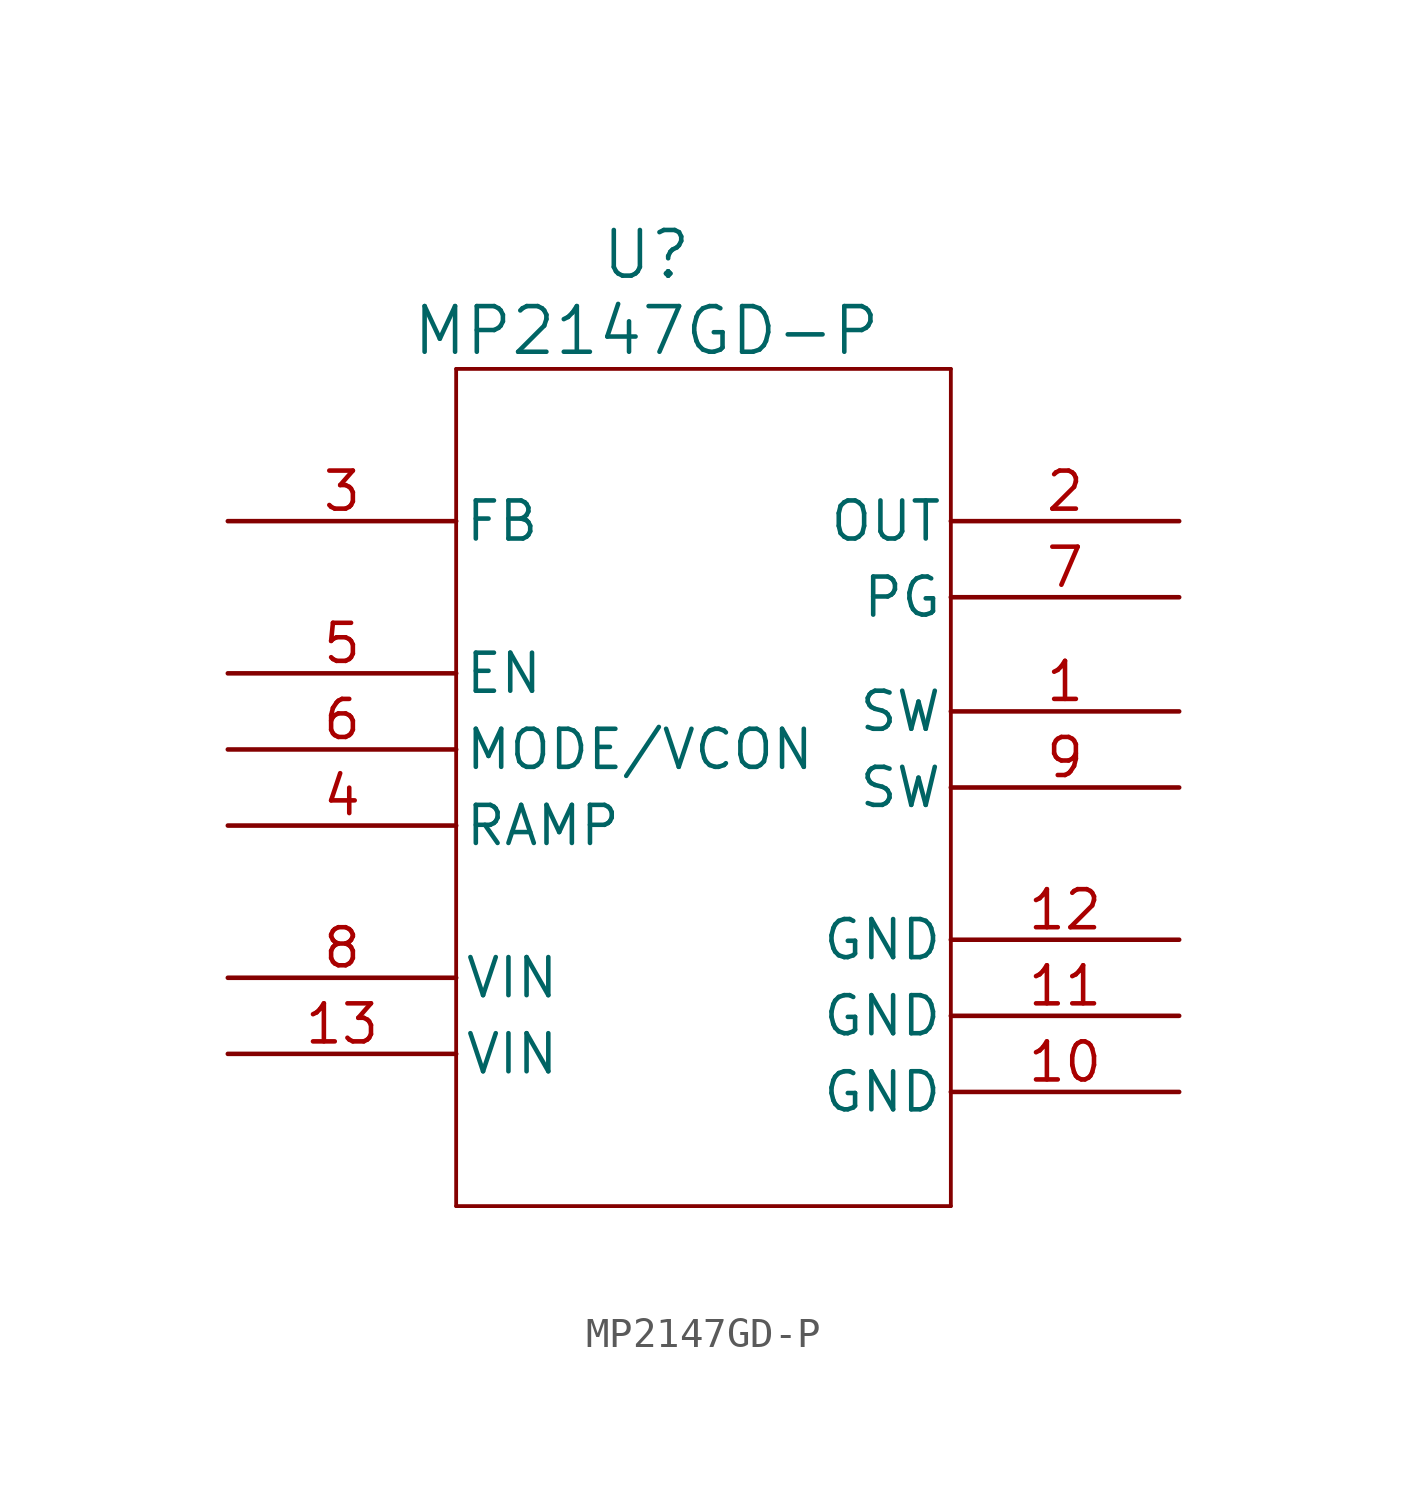
<source format=kicad_sym>
(kicad_symbol_lib
  (version 20220914)
  (generator kicad_symbol_editor)
  (symbol "MP2147GD-P"
    (pin_names
      (offset 0.254))
    (property "Reference" "U"
      (at 13.97 8.89 0)
      (effects (font (size 1.524 1.524))))
    (property "Value" "MP2147GD-P"
      (at 13.97 6.35 0)
      (effects (font (size 1.524 1.524))))
    (property "ki_locked" ""
      (at 0 0 0)
      (effects (font (size 1.27 1.27))))
    (symbol "MP2147GD-P_0_1"
      (polyline (pts (xy 7.62 -22.86) (xy 24.13 -22.86)) (stroke (width 0.127) (type default)) (fill (type none)))
      (polyline (pts (xy 7.62 5.08) (xy 7.62 -22.86)) (stroke (width 0.127) (type default)) (fill (type none)))
      (polyline (pts (xy 24.13 -22.86) (xy 24.13 5.08)) (stroke (width 0.127) (type default)) (fill (type none)))
      (polyline (pts (xy 24.13 5.08) (xy 7.62 5.08)) (stroke (width 0.127) (type default)) (fill (type none)))
      (pin unspecified line (at 31.75 -6.35 180) (length 7.62) (name "SW" (effects (font (size 1.27 1.27)))) (number "1" (effects (font (size 1.27 1.27)))))
      (pin power_in line (at 31.75 -19.05 180) (length 7.62) (name "GND" (effects (font (size 1.27 1.27)))) (number "10" (effects (font (size 1.27 1.27)))))
      (pin power_in line (at 31.75 -16.51 180) (length 7.62) (name "GND" (effects (font (size 1.27 1.27)))) (number "11" (effects (font (size 1.27 1.27)))))
      (pin power_in line (at 31.75 -13.97 180) (length 7.62) (name "GND" (effects (font (size 1.27 1.27)))) (number "12" (effects (font (size 1.27 1.27)))))
      (pin power_in line (at 0 -17.78 0) (length 7.62) (name "VIN" (effects (font (size 1.27 1.27)))) (number "13" (effects (font (size 1.27 1.27)))))
      (pin unspecified line (at 31.75 0 180) (length 7.62) (name "OUT" (effects (font (size 1.27 1.27)))) (number "2" (effects (font (size 1.27 1.27)))))
      (pin input line (at 0 0 0) (length 7.62) (name "FB" (effects (font (size 1.27 1.27)))) (number "3" (effects (font (size 1.27 1.27)))))
      (pin unspecified line (at 0 -10.16 0) (length 7.62) (name "RAMP" (effects (font (size 1.27 1.27)))) (number "4" (effects (font (size 1.27 1.27)))))
      (pin unspecified line (at 0 -5.08 0) (length 7.62) (name "EN" (effects (font (size 1.27 1.27)))) (number "5" (effects (font (size 1.27 1.27)))))
      (pin unspecified line (at 0 -7.62 0) (length 7.62) (name "MODE/VCON" (effects (font (size 1.27 1.27)))) (number "6" (effects (font (size 1.27 1.27)))))
      (pin output line (at 31.75 -2.54 180) (length 7.62) (name "PG" (effects (font (size 1.27 1.27)))) (number "7" (effects (font (size 1.27 1.27)))))
      (pin power_in line (at 0 -15.24 0) (length 7.62) (name "VIN" (effects (font (size 1.27 1.27)))) (number "8" (effects (font (size 1.27 1.27)))))
      (pin unspecified line (at 31.75 -8.89 180) (length 7.62) (name "SW" (effects (font (size 1.27 1.27)))) (number "9" (effects (font (size 1.27 1.27))))))))
</source>
